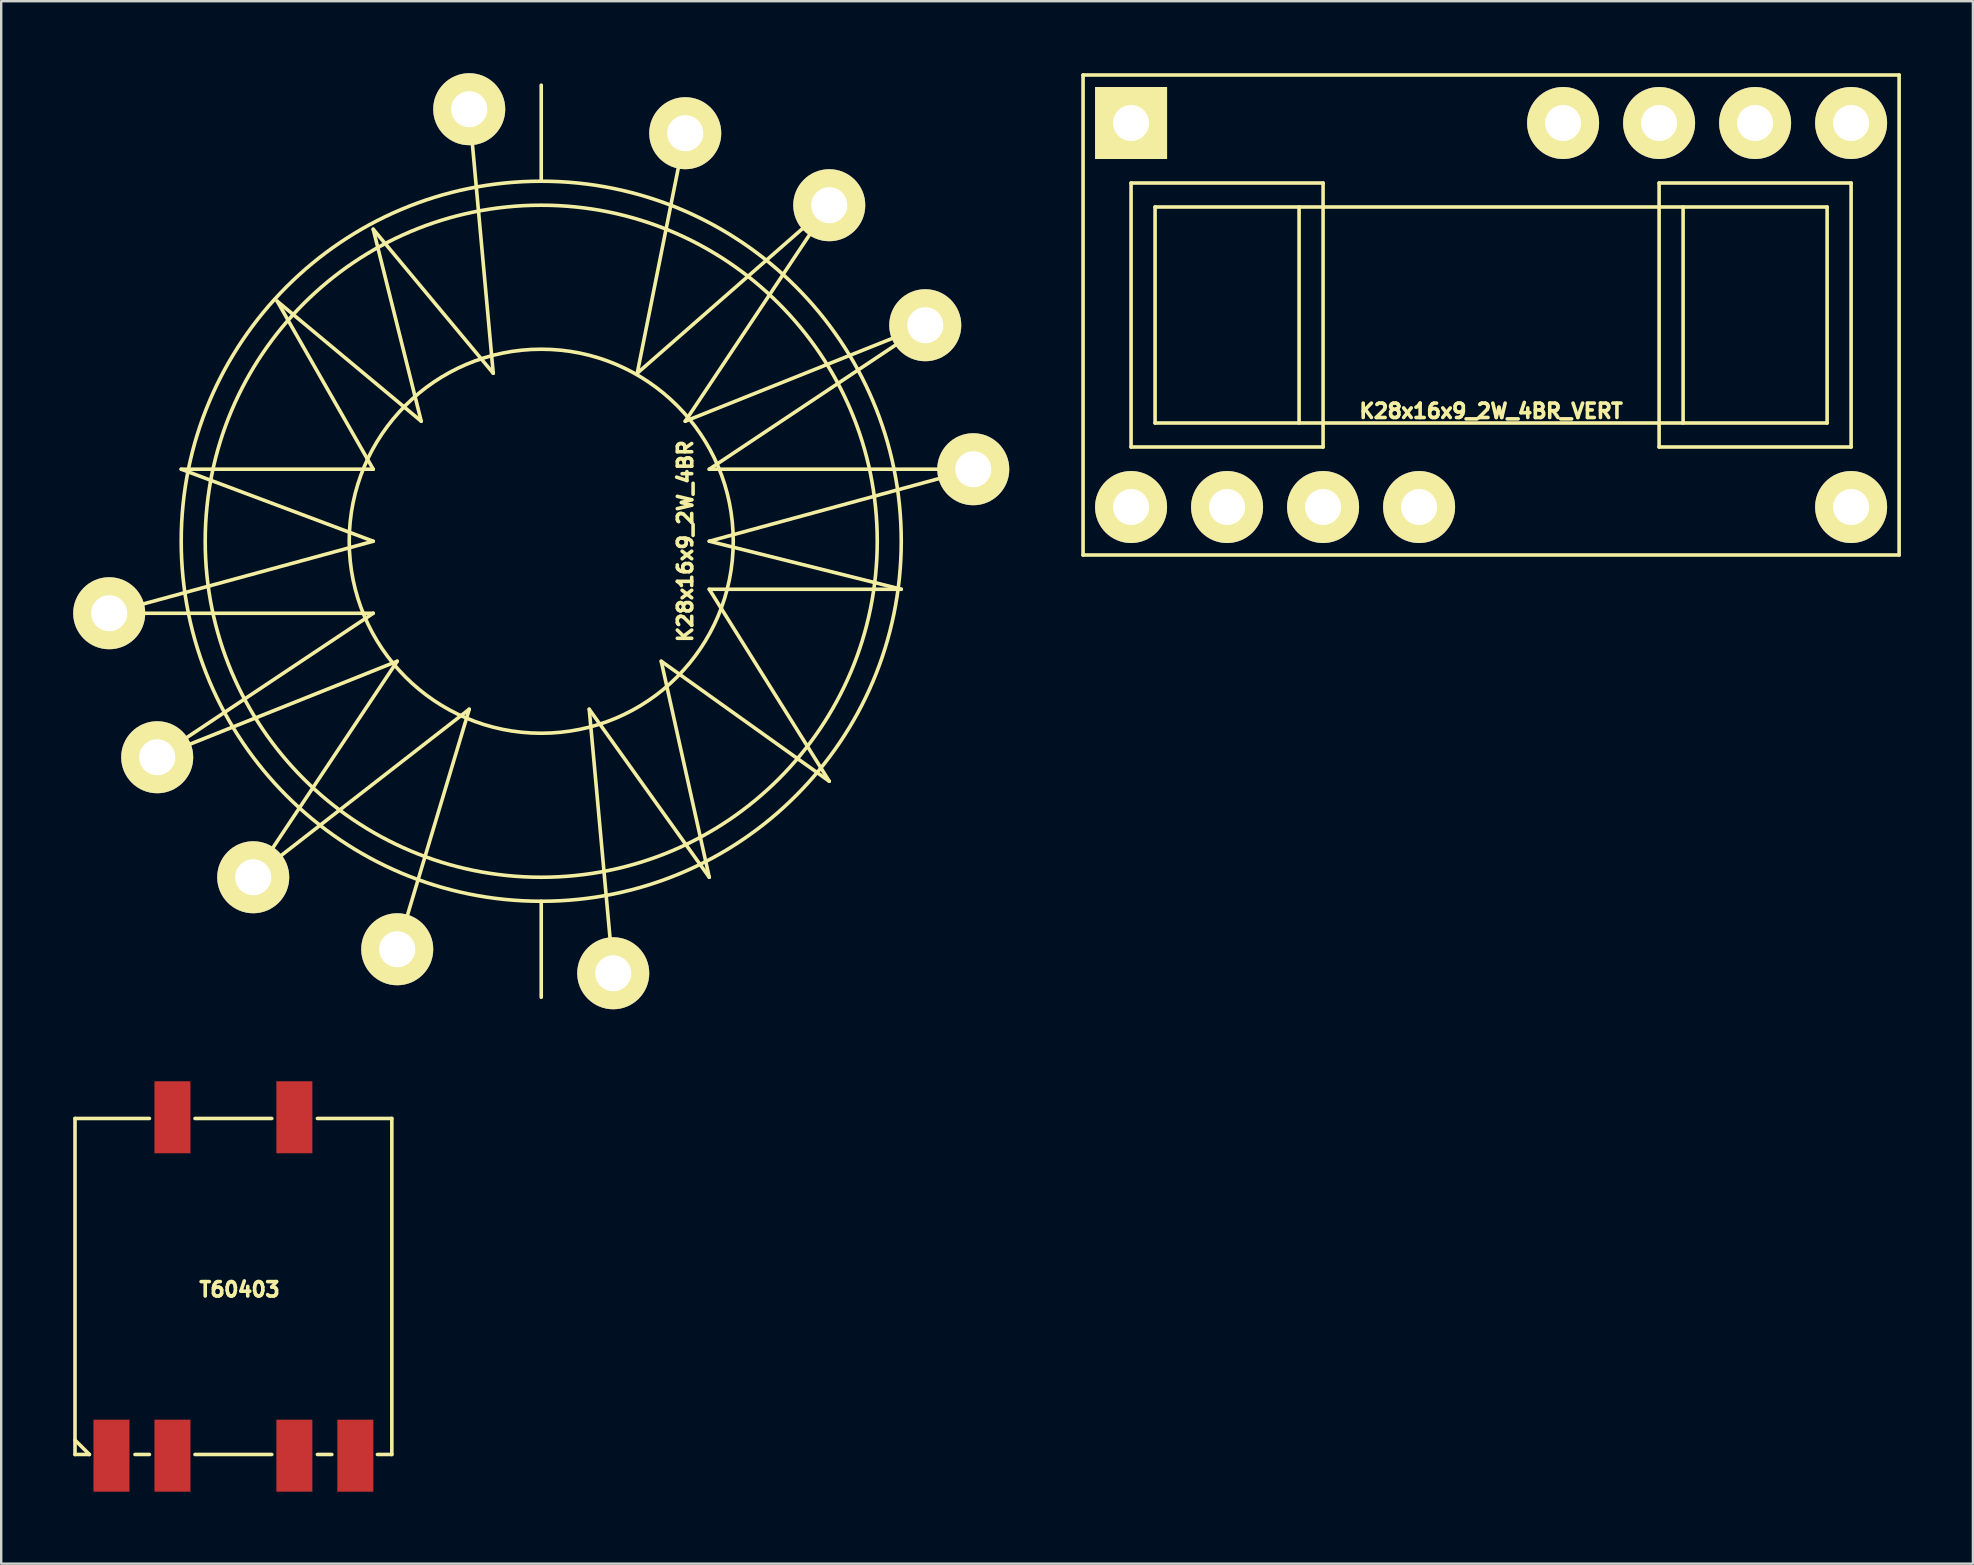
<source format=kicad_pcb>
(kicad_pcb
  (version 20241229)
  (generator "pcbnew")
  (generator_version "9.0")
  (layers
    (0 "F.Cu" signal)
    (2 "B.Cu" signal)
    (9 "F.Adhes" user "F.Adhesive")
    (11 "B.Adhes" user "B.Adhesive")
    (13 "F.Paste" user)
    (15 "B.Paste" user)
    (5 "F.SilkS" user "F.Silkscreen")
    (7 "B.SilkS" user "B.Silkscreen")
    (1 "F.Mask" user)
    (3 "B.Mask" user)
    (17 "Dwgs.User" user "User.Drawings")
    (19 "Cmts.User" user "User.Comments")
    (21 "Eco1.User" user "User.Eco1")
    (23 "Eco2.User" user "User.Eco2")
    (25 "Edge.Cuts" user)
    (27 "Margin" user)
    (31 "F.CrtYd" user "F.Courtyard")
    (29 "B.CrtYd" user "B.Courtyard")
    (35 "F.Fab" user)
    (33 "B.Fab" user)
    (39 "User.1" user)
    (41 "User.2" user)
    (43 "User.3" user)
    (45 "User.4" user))
  (footprint "K28x16x9_2W_4BR"
    (layer "F.Cu")
    (at 19.5 19.5)
    (property "Reference" "K28x16x9_2W_4BR" (at 6 0 90) (layer "F.SilkS") (effects (font (size 0.6 0.6) (thickness 0.15))))
    (attr through_hole)
    (fp_line (start -18 3) (end -7 3) (stroke (width 0.15) (type solid)) (layer "F.SilkS"))
    (fp_line (start -16 9) (end -6 5) (stroke (width 0.15) (type solid)) (layer "F.SilkS"))
    (fp_line (start -15 -3) (end -7 0) (stroke (width 0.15) (type solid)) (layer "F.SilkS"))
    (fp_line (start -12 14) (end -3 7) (stroke (width 0.15) (type solid)) (layer "F.SilkS"))
    (fp_line (start -11 -10) (end -7 -3) (stroke (width 0.15) (type solid)) (layer "F.SilkS"))
    (fp_line (start -7 -13) (end -5 -5) (stroke (width 0.15) (type solid)) (layer "F.SilkS"))
    (fp_line (start -7 -3) (end -15 -3) (stroke (width 0.15) (type solid)) (layer "F.SilkS"))
    (fp_line (start -7 0) (end -18 3) (stroke (width 0.15) (type solid)) (layer "F.SilkS"))
    (fp_line (start -7 3) (end -16 9) (stroke (width 0.15) (type solid)) (layer "F.SilkS"))
    (fp_line (start -6 5) (end -12 14) (stroke (width 0.15) (type solid)) (layer "F.SilkS"))
    (fp_line (start -5 -5) (end -11 -10) (stroke (width 0.15) (type solid)) (layer "F.SilkS"))
    (fp_line (start -3 -18) (end -2 -7) (stroke (width 0.15) (type solid)) (layer "F.SilkS"))
    (fp_line (start -3 7) (end -6 17) (stroke (width 0.15) (type solid)) (layer "F.SilkS"))
    (fp_line (start -2 -7) (end -7 -13) (stroke (width 0.15) (type solid)) (layer "F.SilkS"))
    (fp_line (start 0 -15) (end 0 -19) (stroke (width 0.15) (type solid)) (layer "F.SilkS"))
    (fp_line (start 0 15) (end 0 19) (stroke (width 0.15) (type solid)) (layer "F.SilkS"))
    (fp_line (start 2 7) (end 7 14) (stroke (width 0.15) (type solid)) (layer "F.SilkS"))
    (fp_line (start 3 18) (end 2 7) (stroke (width 0.15) (type solid)) (layer "F.SilkS"))
    (fp_line (start 4 -7) (end 6 -17) (stroke (width 0.15) (type solid)) (layer "F.SilkS"))
    (fp_line (start 5 5) (end 12 10) (stroke (width 0.15) (type solid)) (layer "F.SilkS"))
    (fp_line (start 6 -5) (end 12 -14) (stroke (width 0.15) (type solid)) (layer "F.SilkS"))
    (fp_line (start 7 -3) (end 16 -9) (stroke (width 0.15) (type solid)) (layer "F.SilkS"))
    (fp_line (start 7 0) (end 18 -3) (stroke (width 0.15) (type solid)) (layer "F.SilkS"))
    (fp_line (start 7 2) (end 15 2) (stroke (width 0.15) (type solid)) (layer "F.SilkS"))
    (fp_line (start 7 14) (end 5 5) (stroke (width 0.15) (type solid)) (layer "F.SilkS"))
    (fp_line (start 12 -14) (end 4 -7) (stroke (width 0.15) (type solid)) (layer "F.SilkS"))
    (fp_line (start 12 10) (end 7 2) (stroke (width 0.15) (type solid)) (layer "F.SilkS"))
    (fp_line (start 15 2) (end 7 0) (stroke (width 0.15) (type solid)) (layer "F.SilkS"))
    (fp_line (start 16 -9) (end 6 -5) (stroke (width 0.15) (type solid)) (layer "F.SilkS"))
    (fp_line (start 18 -3) (end 7 -3) (stroke (width 0.15) (type solid)) (layer "F.SilkS"))
    (fp_circle (center 0 0) (end 8 0) (stroke (width 0.15) (type solid)) (fill no) (layer "F.SilkS"))
    (fp_circle (center 0 0) (end 14 0) (stroke (width 0.15) (type solid)) (fill no) (layer "F.SilkS"))
    (fp_circle (center 0 0) (end 15 0) (stroke (width 0.15) (type solid)) (fill no) (layer "F.SilkS"))
    (pad "1" thru_hole circle (at -3 -18) (size 3 3) (drill 1.5) (layers "*.Cu" "*.Mask" "F.SilkS"))
    (pad "2" thru_hole circle (at -18 3) (size 3 3) (drill 1.5) (layers "*.Cu" "*.Mask" "F.SilkS"))
    (pad "3" thru_hole circle (at -16 9) (size 3 3) (drill 1.5) (layers "*.Cu" "*.Mask" "F.SilkS"))
    (pad "4" thru_hole circle (at -12 14) (size 3 3) (drill 1.5) (layers "*.Cu" "*.Mask" "F.SilkS"))
    (pad "5" thru_hole circle (at -6 17) (size 3 3) (drill 1.5) (layers "*.Cu" "*.Mask" "F.SilkS"))
    (pad "6" thru_hole circle (at 3 18) (size 3 3) (drill 1.5) (layers "*.Cu" "*.Mask" "F.SilkS"))
    (pad "7" thru_hole circle (at 18 -3) (size 3 3) (drill 1.5) (layers "*.Cu" "*.Mask" "F.SilkS"))
    (pad "8" thru_hole circle (at 16 -9) (size 3 3) (drill 1.5) (layers "*.Cu" "*.Mask" "F.SilkS"))
    (pad "9" thru_hole circle (at 12 -14) (size 3 3) (drill 1.5) (layers "*.Cu" "*.Mask" "F.SilkS"))
    (pad "10" thru_hole circle (at 6 -17) (size 3 3) (drill 1.5) (layers "*.Cu" "*.Mask" "F.SilkS")))
  (footprint "K28x16x9_2W_4BR_VERT"
    (layer "F.Cu")
    (at 59.075 10.075)
    (property "Reference" "K28x16x9_2W_4BR_VERT" (at 0 4 180) (layer "F.SilkS") (effects (font (size 0.6 0.6) (thickness 0.15))))
    (attr through_hole)
    (fp_line (start -17 -10) (end 17 -10) (stroke (width 0.15) (type solid)) (layer "F.SilkS"))
    (fp_line (start -17 10) (end -17 -10) (stroke (width 0.15) (type solid)) (layer "F.SilkS"))
    (fp_line (start -15 -5.5) (end -7 -5.5) (stroke (width 0.15) (type solid)) (layer "F.SilkS"))
    (fp_line (start -15 5.5) (end -15 -5.5) (stroke (width 0.15) (type solid)) (layer "F.SilkS"))
    (fp_line (start -14 -4.5) (end 14 -4.5) (stroke (width 0.15) (type solid)) (layer "F.SilkS"))
    (fp_line (start -14 4.5) (end -14 -4.5) (stroke (width 0.15) (type solid)) (layer "F.SilkS"))
    (fp_line (start -8 -4.5) (end -8 4.5) (stroke (width 0.15) (type solid)) (layer "F.SilkS"))
    (fp_line (start -7 -5.5) (end -7 5.5) (stroke (width 0.15) (type solid)) (layer "F.SilkS"))
    (fp_line (start -7 5.5) (end -15 5.5) (stroke (width 0.15) (type solid)) (layer "F.SilkS"))
    (fp_line (start 7 -5.5) (end 15 -5.5) (stroke (width 0.15) (type solid)) (layer "F.SilkS"))
    (fp_line (start 7 5.5) (end 7 -5.5) (stroke (width 0.15) (type solid)) (layer "F.SilkS"))
    (fp_line (start 8 -4.5) (end 8 4.5) (stroke (width 0.15) (type solid)) (layer "F.SilkS"))
    (fp_line (start 14 -4.5) (end 14 4.5) (stroke (width 0.15) (type solid)) (layer "F.SilkS"))
    (fp_line (start 14 4.5) (end -14 4.5) (stroke (width 0.15) (type solid)) (layer "F.SilkS"))
    (fp_line (start 15 -5.5) (end 15 5.5) (stroke (width 0.15) (type solid)) (layer "F.SilkS"))
    (fp_line (start 15 5.5) (end 7 5.5) (stroke (width 0.15) (type solid)) (layer "F.SilkS"))
    (fp_line (start 17 -10) (end 17 10) (stroke (width 0.15) (type solid)) (layer "F.SilkS"))
    (fp_line (start 17 10) (end -17 10) (stroke (width 0.15) (type solid)) (layer "F.SilkS"))
    (pad "1" thru_hole rect (at -15 -8) (size 3 3) (drill 1.5) (layers "*.Cu" "*.Mask" "F.SilkS"))
    (pad "2" thru_hole circle (at -3 8) (size 3 3) (drill 1.5) (layers "*.Cu" "*.Mask" "F.SilkS"))
    (pad "3" thru_hole circle (at -7 8) (size 3 3) (drill 1.5) (layers "*.Cu" "*.Mask" "F.SilkS"))
    (pad "4" thru_hole circle (at -11 8) (size 3 3) (drill 1.5) (layers "*.Cu" "*.Mask" "F.SilkS"))
    (pad "5" thru_hole circle (at -15 8) (size 3 3) (drill 1.5) (layers "*.Cu" "*.Mask" "F.SilkS"))
    (pad "6" thru_hole circle (at 15 8) (size 3 3) (drill 1.5) (layers "*.Cu" "*.Mask" "F.SilkS"))
    (pad "7" thru_hole circle (at 3 -8) (size 3 3) (drill 1.5) (layers "*.Cu" "*.Mask" "F.SilkS"))
    (pad "8" thru_hole circle (at 7 -8) (size 3 3) (drill 1.5) (layers "*.Cu" "*.Mask" "F.SilkS"))
    (pad "9" thru_hole circle (at 11 -8) (size 3 3) (drill 1.5) (layers "*.Cu" "*.Mask" "F.SilkS"))
    (pad "10" thru_hole circle (at 15 -8) (size 3 3) (drill 1.5) (layers "*.Cu" "*.Mask" "F.SilkS")))
  (footprint "T60403"
    (layer "F.Cu")
    (at 6.675 50.55)
    (property "Reference" "T60403" (at 0.254 0.127 0) (layer "F.SilkS") (effects (font (size 0.6 0.6) (thickness 0.15))))
    (attr through_hole)
    (fp_line (start -6.6 -7) (end -3.5 -7) (stroke (width 0.15) (type solid)) (layer "F.SilkS"))
    (fp_line (start -6.6 7) (end -6.6 -7) (stroke (width 0.15) (type solid)) (layer "F.SilkS"))
    (fp_line (start -6 7) (end -6.6 6.4) (stroke (width 0.15) (type solid)) (layer "F.SilkS"))
    (fp_line (start -6 7) (end -6.6 7) (stroke (width 0.15) (type solid)) (layer "F.SilkS"))
    (fp_line (start -3.5 7) (end -4.1 7) (stroke (width 0.15) (type solid)) (layer "F.SilkS"))
    (fp_line (start -1.6 -7) (end 1.6 -7) (stroke (width 0.15) (type solid)) (layer "F.SilkS"))
    (fp_line (start 1.6 7) (end -1.6 7) (stroke (width 0.15) (type solid)) (layer "F.SilkS"))
    (fp_line (start 3.5 -7) (end 6.6 -7) (stroke (width 0.15) (type solid)) (layer "F.SilkS"))
    (fp_line (start 3.5 7) (end 4.1 7) (stroke (width 0.15) (type solid)) (layer "F.SilkS"))
    (fp_line (start 6.6 -7) (end 6.6 7) (stroke (width 0.15) (type solid)) (layer "F.SilkS"))
    (fp_line (start 6.6 7) (end 6 7) (stroke (width 0.15) (type solid)) (layer "F.SilkS"))
    (pad "1" smd rect (at -5.08 7.05 180) (size 1.5 3) (layers "F.Cu" "F.Mask" "F.Paste"))
    (pad "2" smd rect (at -2.54 7.05 180) (size 1.5 3) (layers "F.Cu" "F.Mask" "F.Paste"))
    (pad "3" smd rect (at 2.54 7.05 180) (size 1.5 3) (layers "F.Cu" "F.Mask" "F.Paste"))
    (pad "4" smd rect (at 5.08 7.05 180) (size 1.5 3) (layers "F.Cu" "F.Mask" "F.Paste"))
    (pad "6" smd rect (at 2.54 -7.05 180) (size 1.5 3) (layers "F.Cu" "F.Mask" "F.Paste"))
    (pad "7" smd rect (at -2.54 -7.05 180) (size 1.5 3) (layers "F.Cu" "F.Mask" "F.Paste")))
  (gr_rect
    (start -3 -3)
    (end 79.15 62.1)
    (stroke (width 0.1) (type default))
    (fill no)
    (layer "Edge.Cuts")))
</source>
